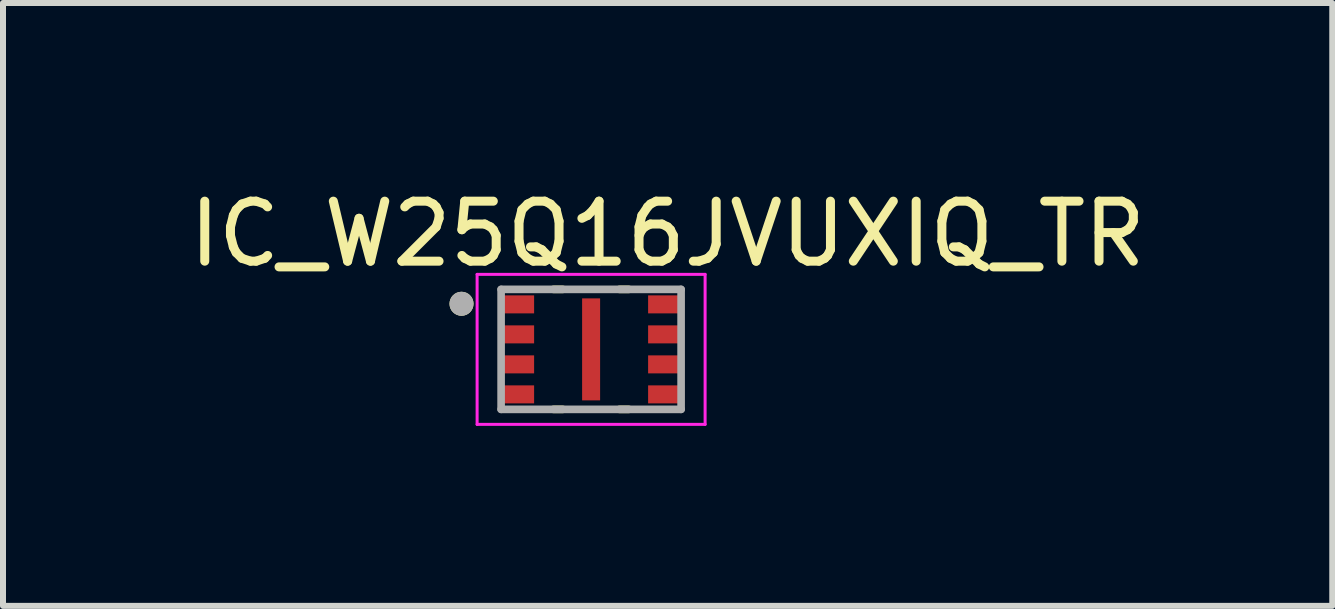
<source format=kicad_pcb>
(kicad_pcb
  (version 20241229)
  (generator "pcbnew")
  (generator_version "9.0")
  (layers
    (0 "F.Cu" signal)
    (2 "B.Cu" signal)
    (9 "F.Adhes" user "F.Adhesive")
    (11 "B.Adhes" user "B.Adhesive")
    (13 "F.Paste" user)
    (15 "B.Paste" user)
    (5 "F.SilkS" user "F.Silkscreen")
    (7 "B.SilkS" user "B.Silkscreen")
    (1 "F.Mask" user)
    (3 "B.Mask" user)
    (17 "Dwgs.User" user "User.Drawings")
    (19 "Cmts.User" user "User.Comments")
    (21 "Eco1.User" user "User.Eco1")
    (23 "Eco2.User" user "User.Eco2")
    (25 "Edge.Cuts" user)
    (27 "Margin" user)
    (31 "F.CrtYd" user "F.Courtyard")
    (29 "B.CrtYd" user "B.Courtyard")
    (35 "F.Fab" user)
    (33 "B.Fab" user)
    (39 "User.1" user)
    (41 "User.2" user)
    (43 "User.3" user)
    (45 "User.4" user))
  (footprint "IC_W25Q16JVUXIQ_TR"
    (layer "F.Cu")
    (at 6.802 2.773)
    (property "Reference" "IC_W25Q16JVUXIQ_TR" (at 1.275 -1.925 0) (layer "F.SilkS") (effects (font (size 1 1) (thickness 0.15))))
    (attr smd)
    (fp_line (start -0.63 -1) (end -0.47 -1) (stroke (width 0.127) (type solid)) (layer "F.SilkS"))
    (fp_line (start -0.63 1) (end -0.47 1) (stroke (width 0.127) (type solid)) (layer "F.SilkS"))
    (fp_line (start 0.63 -1) (end 0.47 -1) (stroke (width 0.127) (type solid)) (layer "F.SilkS"))
    (fp_line (start 0.63 1) (end 0.47 1) (stroke (width 0.127) (type solid)) (layer "F.SilkS"))
    (fp_circle (center -2.16 -0.76) (end -2.06 -0.76) (stroke (width 0.2) (type solid)) (fill no) (layer "F.SilkS"))
    (fp_poly (pts (xy -1.65 -0.85) (xy -1.1 -0.85) (xy -1.1 -0.65) (xy -1.65 -0.65)) (stroke (width 0.01) (type solid)) (fill yes) (layer "F.Paste"))
    (fp_poly (pts (xy -1.65 -0.35) (xy -1.1 -0.35) (xy -1.1 -0.15) (xy -1.65 -0.15)) (stroke (width 0.01) (type solid)) (fill yes) (layer "F.Paste"))
    (fp_poly (pts (xy -1.65 0.15) (xy -1.1 0.15) (xy -1.1 0.35) (xy -1.65 0.35)) (stroke (width 0.01) (type solid)) (fill yes) (layer "F.Paste"))
    (fp_poly (pts (xy -1.65 0.65) (xy -1.1 0.65) (xy -1.1 0.85) (xy -1.65 0.85)) (stroke (width 0.01) (type solid)) (fill yes) (layer "F.Paste"))
    (fp_poly (pts (xy -0.1 -0.6) (xy 0.1 -0.6) (xy 0.1 -0.1) (xy -0.1 -0.1)) (stroke (width 0.01) (type solid)) (fill yes) (layer "F.Paste"))
    (fp_poly (pts (xy -0.1 0.1) (xy 0.1 0.1) (xy 0.1 0.6) (xy -0.1 0.6)) (stroke (width 0.01) (type solid)) (fill yes) (layer "F.Paste"))
    (fp_poly (pts (xy 1.1 -0.85) (xy 1.65 -0.85) (xy 1.65 -0.65) (xy 1.1 -0.65)) (stroke (width 0.01) (type solid)) (fill yes) (layer "F.Paste"))
    (fp_poly (pts (xy 1.1 -0.35) (xy 1.65 -0.35) (xy 1.65 -0.15) (xy 1.1 -0.15)) (stroke (width 0.01) (type solid)) (fill yes) (layer "F.Paste"))
    (fp_poly (pts (xy 1.1 0.15) (xy 1.65 0.15) (xy 1.65 0.35) (xy 1.1 0.35)) (stroke (width 0.01) (type solid)) (fill yes) (layer "F.Paste"))
    (fp_poly (pts (xy 1.1 0.65) (xy 1.65 0.65) (xy 1.65 0.85) (xy 1.1 0.85)) (stroke (width 0.01) (type solid)) (fill yes) (layer "F.Paste"))
    (fp_line (start -1.9 -1.25) (end -1.9 1.25) (stroke (width 0.05) (type solid)) (layer "F.CrtYd"))
    (fp_line (start -1.9 1.25) (end 1.9 1.25) (stroke (width 0.05) (type solid)) (layer "F.CrtYd"))
    (fp_line (start 1.9 -1.25) (end -1.9 -1.25) (stroke (width 0.05) (type solid)) (layer "F.CrtYd"))
    (fp_line (start 1.9 1.25) (end 1.9 -1.25) (stroke (width 0.05) (type solid)) (layer "F.CrtYd"))
    (fp_line (start -1.5 -1) (end 1.5 -1) (stroke (width 0.127) (type solid)) (layer "F.Fab"))
    (fp_line (start -1.5 1) (end -1.5 -1) (stroke (width 0.127) (type solid)) (layer "F.Fab"))
    (fp_line (start 1.5 -1) (end 1.5 1) (stroke (width 0.127) (type solid)) (layer "F.Fab"))
    (fp_line (start 1.5 1) (end -1.5 1) (stroke (width 0.127) (type solid)) (layer "F.Fab"))
    (fp_circle (center -2.16 -0.76) (end -2.06 -0.76) (stroke (width 0.2) (type solid)) (fill no) (layer "F.Fab"))
    (pad "1" smd rect (at -1.25 -0.75) (size 0.6 0.3) (layers "F.Cu" "F.Mask"))
    (pad "2" smd rect (at -1.25 -0.25) (size 0.6 0.3) (layers "F.Cu" "F.Mask"))
    (pad "3" smd rect (at -1.25 0.25) (size 0.6 0.3) (layers "F.Cu" "F.Mask"))
    (pad "4" smd rect (at -1.25 0.75) (size 0.6 0.3) (layers "F.Cu" "F.Mask"))
    (pad "5" smd rect (at 1.25 0.75) (size 0.6 0.3) (layers "F.Cu" "F.Mask"))
    (pad "6" smd rect (at 1.25 0.25) (size 0.6 0.3) (layers "F.Cu" "F.Mask"))
    (pad "7" smd rect (at 1.25 -0.25) (size 0.6 0.3) (layers "F.Cu" "F.Mask"))
    (pad "8" smd rect (at 1.25 -0.75) (size 0.6 0.3) (layers "F.Cu" "F.Mask"))
    (pad "9" smd rect (at 0 0) (size 0.3 1.7) (layers "F.Cu" "F.Mask")))
  (gr_rect
    (start -3 -3)
    (end 19.155 7.048)
    (stroke (width 0.1) (type default))
    (fill no)
    (layer "Edge.Cuts")))
</source>
